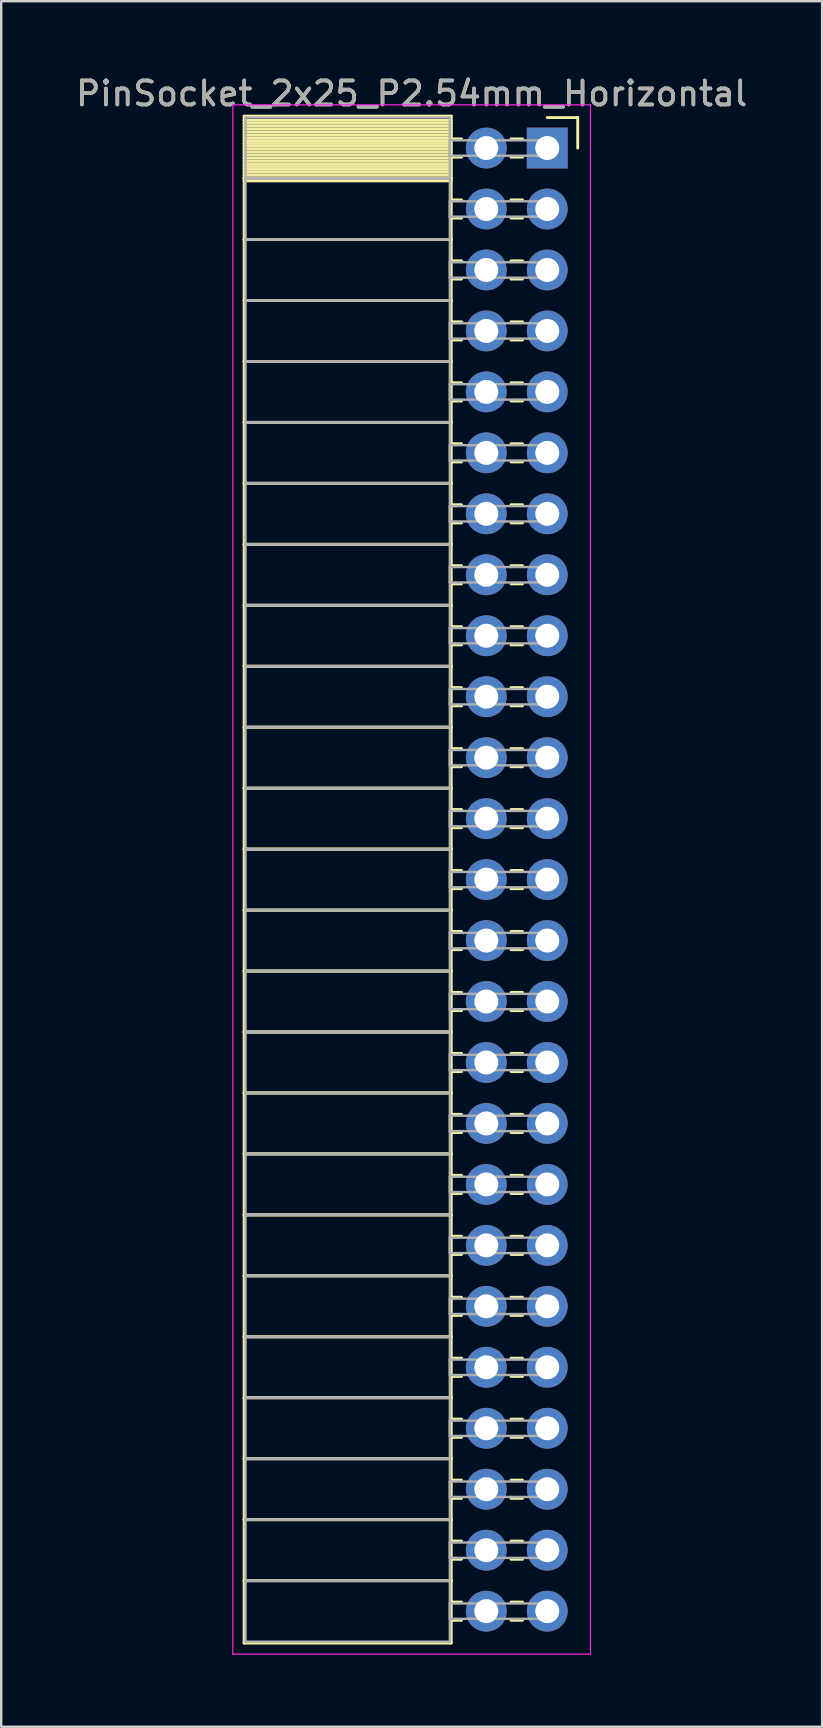
<source format=kicad_pcb>
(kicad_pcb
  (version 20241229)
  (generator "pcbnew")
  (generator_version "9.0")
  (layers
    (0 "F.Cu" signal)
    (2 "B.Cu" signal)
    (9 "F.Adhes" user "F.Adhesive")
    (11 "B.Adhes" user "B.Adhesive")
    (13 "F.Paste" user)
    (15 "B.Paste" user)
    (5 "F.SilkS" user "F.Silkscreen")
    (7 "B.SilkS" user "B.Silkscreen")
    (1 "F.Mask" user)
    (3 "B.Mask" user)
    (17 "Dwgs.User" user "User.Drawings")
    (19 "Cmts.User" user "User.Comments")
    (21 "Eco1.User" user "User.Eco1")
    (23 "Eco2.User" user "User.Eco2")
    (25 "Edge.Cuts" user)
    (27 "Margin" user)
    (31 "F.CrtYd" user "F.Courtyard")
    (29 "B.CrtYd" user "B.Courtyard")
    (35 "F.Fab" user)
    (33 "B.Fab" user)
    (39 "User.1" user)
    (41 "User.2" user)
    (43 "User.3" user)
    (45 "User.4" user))
  (footprint "PinSocket_2x25_P2.54mm_Horizontal"
    (layer "F.Cu")
    (at 19.751 3.118)
    (property "Reference" "PinSocket_2x25_P2.54mm_Horizontal" (at -5.65 -2.27 0) (layer "F.SilkS") (effects (font (size 1 1) (thickness 0.15))))
    (attr through_hole)
    (fp_line (start -12.63 -1.33) (end -4 -1.33) (stroke (width 0.12) (type solid)) (layer "F.SilkS"))
    (fp_line (start -12.63 1.27) (end -12.63 -1.33) (stroke (width 0.12) (type solid)) (layer "F.SilkS"))
    (fp_line (start -12.63 1.27) (end -4 1.27) (stroke (width 0.12) (type solid)) (layer "F.SilkS"))
    (fp_line (start -12.63 3.81) (end -12.63 1.27) (stroke (width 0.12) (type solid)) (layer "F.SilkS"))
    (fp_line (start -12.63 3.81) (end -4 3.81) (stroke (width 0.12) (type solid)) (layer "F.SilkS"))
    (fp_line (start -12.63 6.35) (end -12.63 3.81) (stroke (width 0.12) (type solid)) (layer "F.SilkS"))
    (fp_line (start -12.63 6.35) (end -4 6.35) (stroke (width 0.12) (type solid)) (layer "F.SilkS"))
    (fp_line (start -12.63 8.89) (end -12.63 6.35) (stroke (width 0.12) (type solid)) (layer "F.SilkS"))
    (fp_line (start -12.63 8.89) (end -4 8.89) (stroke (width 0.12) (type solid)) (layer "F.SilkS"))
    (fp_line (start -12.63 11.43) (end -12.63 8.89) (stroke (width 0.12) (type solid)) (layer "F.SilkS"))
    (fp_line (start -12.63 11.43) (end -4 11.43) (stroke (width 0.12) (type solid)) (layer "F.SilkS"))
    (fp_line (start -12.63 13.97) (end -12.63 11.43) (stroke (width 0.12) (type solid)) (layer "F.SilkS"))
    (fp_line (start -12.63 13.97) (end -4 13.97) (stroke (width 0.12) (type solid)) (layer "F.SilkS"))
    (fp_line (start -12.63 16.51) (end -12.63 13.97) (stroke (width 0.12) (type solid)) (layer "F.SilkS"))
    (fp_line (start -12.63 16.51) (end -4 16.51) (stroke (width 0.12) (type solid)) (layer "F.SilkS"))
    (fp_line (start -12.63 19.05) (end -12.63 16.51) (stroke (width 0.12) (type solid)) (layer "F.SilkS"))
    (fp_line (start -12.63 19.05) (end -4 19.05) (stroke (width 0.12) (type solid)) (layer "F.SilkS"))
    (fp_line (start -12.63 21.59) (end -12.63 19.05) (stroke (width 0.12) (type solid)) (layer "F.SilkS"))
    (fp_line (start -12.63 21.59) (end -4 21.59) (stroke (width 0.12) (type solid)) (layer "F.SilkS"))
    (fp_line (start -12.63 24.13) (end -12.63 21.59) (stroke (width 0.12) (type solid)) (layer "F.SilkS"))
    (fp_line (start -12.63 24.13) (end -4 24.13) (stroke (width 0.12) (type solid)) (layer "F.SilkS"))
    (fp_line (start -12.63 26.67) (end -12.63 24.13) (stroke (width 0.12) (type solid)) (layer "F.SilkS"))
    (fp_line (start -12.63 26.67) (end -4 26.67) (stroke (width 0.12) (type solid)) (layer "F.SilkS"))
    (fp_line (start -12.63 29.21) (end -12.63 26.67) (stroke (width 0.12) (type solid)) (layer "F.SilkS"))
    (fp_line (start -12.63 29.21) (end -4 29.21) (stroke (width 0.12) (type solid)) (layer "F.SilkS"))
    (fp_line (start -12.63 31.75) (end -12.63 29.21) (stroke (width 0.12) (type solid)) (layer "F.SilkS"))
    (fp_line (start -12.63 31.75) (end -4 31.75) (stroke (width 0.12) (type solid)) (layer "F.SilkS"))
    (fp_line (start -12.63 34.29) (end -12.63 31.75) (stroke (width 0.12) (type solid)) (layer "F.SilkS"))
    (fp_line (start -12.63 34.29) (end -4 34.29) (stroke (width 0.12) (type solid)) (layer "F.SilkS"))
    (fp_line (start -12.63 36.83) (end -12.63 34.29) (stroke (width 0.12) (type solid)) (layer "F.SilkS"))
    (fp_line (start -12.63 36.83) (end -4 36.83) (stroke (width 0.12) (type solid)) (layer "F.SilkS"))
    (fp_line (start -12.63 39.37) (end -12.63 36.83) (stroke (width 0.12) (type solid)) (layer "F.SilkS"))
    (fp_line (start -12.63 39.37) (end -4 39.37) (stroke (width 0.12) (type solid)) (layer "F.SilkS"))
    (fp_line (start -12.63 41.91) (end -12.63 39.37) (stroke (width 0.12) (type solid)) (layer "F.SilkS"))
    (fp_line (start -12.63 41.91) (end -4 41.91) (stroke (width 0.12) (type solid)) (layer "F.SilkS"))
    (fp_line (start -12.63 44.45) (end -12.63 41.91) (stroke (width 0.12) (type solid)) (layer "F.SilkS"))
    (fp_line (start -12.63 44.45) (end -4 44.45) (stroke (width 0.12) (type solid)) (layer "F.SilkS"))
    (fp_line (start -12.63 46.99) (end -12.63 44.45) (stroke (width 0.12) (type solid)) (layer "F.SilkS"))
    (fp_line (start -12.63 46.99) (end -4 46.99) (stroke (width 0.12) (type solid)) (layer "F.SilkS"))
    (fp_line (start -12.63 49.53) (end -12.63 46.99) (stroke (width 0.12) (type solid)) (layer "F.SilkS"))
    (fp_line (start -12.63 49.53) (end -4 49.53) (stroke (width 0.12) (type solid)) (layer "F.SilkS"))
    (fp_line (start -12.63 52.07) (end -12.63 49.53) (stroke (width 0.12) (type solid)) (layer "F.SilkS"))
    (fp_line (start -12.63 52.07) (end -4 52.07) (stroke (width 0.12) (type solid)) (layer "F.SilkS"))
    (fp_line (start -12.63 54.61) (end -12.63 52.07) (stroke (width 0.12) (type solid)) (layer "F.SilkS"))
    (fp_line (start -12.63 54.61) (end -4 54.61) (stroke (width 0.12) (type solid)) (layer "F.SilkS"))
    (fp_line (start -12.63 57.15) (end -12.63 54.61) (stroke (width 0.12) (type solid)) (layer "F.SilkS"))
    (fp_line (start -12.63 57.15) (end -4 57.15) (stroke (width 0.12) (type solid)) (layer "F.SilkS"))
    (fp_line (start -12.63 59.69) (end -12.63 57.15) (stroke (width 0.12) (type solid)) (layer "F.SilkS"))
    (fp_line (start -12.63 59.69) (end -4 59.69) (stroke (width 0.12) (type solid)) (layer "F.SilkS"))
    (fp_line (start -12.63 62.29) (end -12.63 59.69) (stroke (width 0.12) (type solid)) (layer "F.SilkS"))
    (fp_line (start -4 -1.33) (end -4 1.27) (stroke (width 0.12) (type solid)) (layer "F.SilkS"))
    (fp_line (start -4 -1.15) (end -12.63 -1.15) (stroke (width 0.12) (type solid)) (layer "F.SilkS"))
    (fp_line (start -4 -1.03) (end -12.63 -1.03) (stroke (width 0.12) (type solid)) (layer "F.SilkS"))
    (fp_line (start -4 -0.91) (end -12.63 -0.91) (stroke (width 0.12) (type solid)) (layer "F.SilkS"))
    (fp_line (start -4 -0.79) (end -12.63 -0.79) (stroke (width 0.12) (type solid)) (layer "F.SilkS"))
    (fp_line (start -4 -0.67) (end -12.63 -0.67) (stroke (width 0.12) (type solid)) (layer "F.SilkS"))
    (fp_line (start -4 -0.55) (end -12.63 -0.55) (stroke (width 0.12) (type solid)) (layer "F.SilkS"))
    (fp_line (start -4 -0.43) (end -12.63 -0.43) (stroke (width 0.12) (type solid)) (layer "F.SilkS"))
    (fp_line (start -4 -0.31) (end -12.63 -0.31) (stroke (width 0.12) (type solid)) (layer "F.SilkS"))
    (fp_line (start -4 -0.19) (end -12.63 -0.19) (stroke (width 0.12) (type solid)) (layer "F.SilkS"))
    (fp_line (start -4 -0.07) (end -12.63 -0.07) (stroke (width 0.12) (type solid)) (layer "F.SilkS"))
    (fp_line (start -4 0.05) (end -12.63 0.05) (stroke (width 0.12) (type solid)) (layer "F.SilkS"))
    (fp_line (start -4 0.17) (end -12.63 0.17) (stroke (width 0.12) (type solid)) (layer "F.SilkS"))
    (fp_line (start -4 0.29) (end -12.63 0.29) (stroke (width 0.12) (type solid)) (layer "F.SilkS"))
    (fp_line (start -4 0.41) (end -12.63 0.41) (stroke (width 0.12) (type solid)) (layer "F.SilkS"))
    (fp_line (start -4 0.53) (end -12.63 0.53) (stroke (width 0.12) (type solid)) (layer "F.SilkS"))
    (fp_line (start -4 0.65) (end -12.63 0.65) (stroke (width 0.12) (type solid)) (layer "F.SilkS"))
    (fp_line (start -4 0.77) (end -12.63 0.77) (stroke (width 0.12) (type solid)) (layer "F.SilkS"))
    (fp_line (start -4 0.89) (end -12.63 0.89) (stroke (width 0.12) (type solid)) (layer "F.SilkS"))
    (fp_line (start -4 1.01) (end -12.63 1.01) (stroke (width 0.12) (type solid)) (layer "F.SilkS"))
    (fp_line (start -4 1.13) (end -12.63 1.13) (stroke (width 0.12) (type solid)) (layer "F.SilkS"))
    (fp_line (start -4 1.25) (end -12.63 1.25) (stroke (width 0.12) (type solid)) (layer "F.SilkS"))
    (fp_line (start -4 1.27) (end -12.63 1.27) (stroke (width 0.12) (type solid)) (layer "F.SilkS"))
    (fp_line (start -4 1.27) (end -4 3.81) (stroke (width 0.12) (type solid)) (layer "F.SilkS"))
    (fp_line (start -4 1.37) (end -12.63 1.37) (stroke (width 0.12) (type solid)) (layer "F.SilkS"))
    (fp_line (start -4 3.81) (end -12.63 3.81) (stroke (width 0.12) (type solid)) (layer "F.SilkS"))
    (fp_line (start -4 3.81) (end -4 6.35) (stroke (width 0.12) (type solid)) (layer "F.SilkS"))
    (fp_line (start -4 6.35) (end -12.63 6.35) (stroke (width 0.12) (type solid)) (layer "F.SilkS"))
    (fp_line (start -4 6.35) (end -4 8.89) (stroke (width 0.12) (type solid)) (layer "F.SilkS"))
    (fp_line (start -4 8.89) (end -12.63 8.89) (stroke (width 0.12) (type solid)) (layer "F.SilkS"))
    (fp_line (start -4 8.89) (end -4 11.43) (stroke (width 0.12) (type solid)) (layer "F.SilkS"))
    (fp_line (start -4 11.43) (end -12.63 11.43) (stroke (width 0.12) (type solid)) (layer "F.SilkS"))
    (fp_line (start -4 11.43) (end -4 13.97) (stroke (width 0.12) (type solid)) (layer "F.SilkS"))
    (fp_line (start -4 13.97) (end -12.63 13.97) (stroke (width 0.12) (type solid)) (layer "F.SilkS"))
    (fp_line (start -4 13.97) (end -4 16.51) (stroke (width 0.12) (type solid)) (layer "F.SilkS"))
    (fp_line (start -4 16.51) (end -12.63 16.51) (stroke (width 0.12) (type solid)) (layer "F.SilkS"))
    (fp_line (start -4 16.51) (end -4 19.05) (stroke (width 0.12) (type solid)) (layer "F.SilkS"))
    (fp_line (start -4 19.05) (end -12.63 19.05) (stroke (width 0.12) (type solid)) (layer "F.SilkS"))
    (fp_line (start -4 19.05) (end -4 21.59) (stroke (width 0.12) (type solid)) (layer "F.SilkS"))
    (fp_line (start -4 21.59) (end -12.63 21.59) (stroke (width 0.12) (type solid)) (layer "F.SilkS"))
    (fp_line (start -4 21.59) (end -4 24.13) (stroke (width 0.12) (type solid)) (layer "F.SilkS"))
    (fp_line (start -4 24.13) (end -12.63 24.13) (stroke (width 0.12) (type solid)) (layer "F.SilkS"))
    (fp_line (start -4 24.13) (end -4 26.67) (stroke (width 0.12) (type solid)) (layer "F.SilkS"))
    (fp_line (start -4 26.67) (end -12.63 26.67) (stroke (width 0.12) (type solid)) (layer "F.SilkS"))
    (fp_line (start -4 26.67) (end -4 29.21) (stroke (width 0.12) (type solid)) (layer "F.SilkS"))
    (fp_line (start -4 29.21) (end -12.63 29.21) (stroke (width 0.12) (type solid)) (layer "F.SilkS"))
    (fp_line (start -4 29.21) (end -4 31.75) (stroke (width 0.12) (type solid)) (layer "F.SilkS"))
    (fp_line (start -4 31.75) (end -12.63 31.75) (stroke (width 0.12) (type solid)) (layer "F.SilkS"))
    (fp_line (start -4 31.75) (end -4 34.29) (stroke (width 0.12) (type solid)) (layer "F.SilkS"))
    (fp_line (start -4 34.29) (end -12.63 34.29) (stroke (width 0.12) (type solid)) (layer "F.SilkS"))
    (fp_line (start -4 34.29) (end -4 36.83) (stroke (width 0.12) (type solid)) (layer "F.SilkS"))
    (fp_line (start -4 36.83) (end -12.63 36.83) (stroke (width 0.12) (type solid)) (layer "F.SilkS"))
    (fp_line (start -4 36.83) (end -4 39.37) (stroke (width 0.12) (type solid)) (layer "F.SilkS"))
    (fp_line (start -4 39.37) (end -12.63 39.37) (stroke (width 0.12) (type solid)) (layer "F.SilkS"))
    (fp_line (start -4 39.37) (end -4 41.91) (stroke (width 0.12) (type solid)) (layer "F.SilkS"))
    (fp_line (start -4 41.91) (end -12.63 41.91) (stroke (width 0.12) (type solid)) (layer "F.SilkS"))
    (fp_line (start -4 41.91) (end -4 44.45) (stroke (width 0.12) (type solid)) (layer "F.SilkS"))
    (fp_line (start -4 44.45) (end -12.63 44.45) (stroke (width 0.12) (type solid)) (layer "F.SilkS"))
    (fp_line (start -4 44.45) (end -4 46.99) (stroke (width 0.12) (type solid)) (layer "F.SilkS"))
    (fp_line (start -4 46.99) (end -12.63 46.99) (stroke (width 0.12) (type solid)) (layer "F.SilkS"))
    (fp_line (start -4 46.99) (end -4 49.53) (stroke (width 0.12) (type solid)) (layer "F.SilkS"))
    (fp_line (start -4 49.53) (end -12.63 49.53) (stroke (width 0.12) (type solid)) (layer "F.SilkS"))
    (fp_line (start -4 49.53) (end -4 52.07) (stroke (width 0.12) (type solid)) (layer "F.SilkS"))
    (fp_line (start -4 52.07) (end -12.63 52.07) (stroke (width 0.12) (type solid)) (layer "F.SilkS"))
    (fp_line (start -4 52.07) (end -4 54.61) (stroke (width 0.12) (type solid)) (layer "F.SilkS"))
    (fp_line (start -4 54.61) (end -12.63 54.61) (stroke (width 0.12) (type solid)) (layer "F.SilkS"))
    (fp_line (start -4 54.61) (end -4 57.15) (stroke (width 0.12) (type solid)) (layer "F.SilkS"))
    (fp_line (start -4 57.15) (end -12.63 57.15) (stroke (width 0.12) (type solid)) (layer "F.SilkS"))
    (fp_line (start -4 57.15) (end -4 59.69) (stroke (width 0.12) (type solid)) (layer "F.SilkS"))
    (fp_line (start -4 59.69) (end -12.63 59.69) (stroke (width 0.12) (type solid)) (layer "F.SilkS"))
    (fp_line (start -4 59.69) (end -4 62.29) (stroke (width 0.12) (type solid)) (layer "F.SilkS"))
    (fp_line (start -4 62.29) (end -12.63 62.29) (stroke (width 0.12) (type solid)) (layer "F.SilkS"))
    (fp_line (start -3.57 -0.38) (end -4 -0.38) (stroke (width 0.12) (type solid)) (layer "F.SilkS"))
    (fp_line (start -3.57 0.38) (end -4 0.38) (stroke (width 0.12) (type solid)) (layer "F.SilkS"))
    (fp_line (start -3.57 2.16) (end -4 2.16) (stroke (width 0.12) (type solid)) (layer "F.SilkS"))
    (fp_line (start -3.57 2.92) (end -4 2.92) (stroke (width 0.12) (type solid)) (layer "F.SilkS"))
    (fp_line (start -3.57 4.7) (end -4 4.7) (stroke (width 0.12) (type solid)) (layer "F.SilkS"))
    (fp_line (start -3.57 5.46) (end -4 5.46) (stroke (width 0.12) (type solid)) (layer "F.SilkS"))
    (fp_line (start -3.57 7.24) (end -4 7.24) (stroke (width 0.12) (type solid)) (layer "F.SilkS"))
    (fp_line (start -3.57 8) (end -4 8) (stroke (width 0.12) (type solid)) (layer "F.SilkS"))
    (fp_line (start -3.57 9.78) (end -4 9.78) (stroke (width 0.12) (type solid)) (layer "F.SilkS"))
    (fp_line (start -3.57 10.54) (end -4 10.54) (stroke (width 0.12) (type solid)) (layer "F.SilkS"))
    (fp_line (start -3.57 12.32) (end -4 12.32) (stroke (width 0.12) (type solid)) (layer "F.SilkS"))
    (fp_line (start -3.57 13.08) (end -4 13.08) (stroke (width 0.12) (type solid)) (layer "F.SilkS"))
    (fp_line (start -3.57 14.86) (end -4 14.86) (stroke (width 0.12) (type solid)) (layer "F.SilkS"))
    (fp_line (start -3.57 15.62) (end -4 15.62) (stroke (width 0.12) (type solid)) (layer "F.SilkS"))
    (fp_line (start -3.57 17.4) (end -4 17.4) (stroke (width 0.12) (type solid)) (layer "F.SilkS"))
    (fp_line (start -3.57 18.16) (end -4 18.16) (stroke (width 0.12) (type solid)) (layer "F.SilkS"))
    (fp_line (start -3.57 19.94) (end -4 19.94) (stroke (width 0.12) (type solid)) (layer "F.SilkS"))
    (fp_line (start -3.57 20.7) (end -4 20.7) (stroke (width 0.12) (type solid)) (layer "F.SilkS"))
    (fp_line (start -3.57 22.48) (end -4 22.48) (stroke (width 0.12) (type solid)) (layer "F.SilkS"))
    (fp_line (start -3.57 23.24) (end -4 23.24) (stroke (width 0.12) (type solid)) (layer "F.SilkS"))
    (fp_line (start -3.57 25.02) (end -4 25.02) (stroke (width 0.12) (type solid)) (layer "F.SilkS"))
    (fp_line (start -3.57 25.78) (end -4 25.78) (stroke (width 0.12) (type solid)) (layer "F.SilkS"))
    (fp_line (start -3.57 27.56) (end -4 27.56) (stroke (width 0.12) (type solid)) (layer "F.SilkS"))
    (fp_line (start -3.57 28.32) (end -4 28.32) (stroke (width 0.12) (type solid)) (layer "F.SilkS"))
    (fp_line (start -3.57 30.1) (end -4 30.1) (stroke (width 0.12) (type solid)) (layer "F.SilkS"))
    (fp_line (start -3.57 30.86) (end -4 30.86) (stroke (width 0.12) (type solid)) (layer "F.SilkS"))
    (fp_line (start -3.57 32.64) (end -4 32.64) (stroke (width 0.12) (type solid)) (layer "F.SilkS"))
    (fp_line (start -3.57 33.4) (end -4 33.4) (stroke (width 0.12) (type solid)) (layer "F.SilkS"))
    (fp_line (start -3.57 35.18) (end -4 35.18) (stroke (width 0.12) (type solid)) (layer "F.SilkS"))
    (fp_line (start -3.57 35.94) (end -4 35.94) (stroke (width 0.12) (type solid)) (layer "F.SilkS"))
    (fp_line (start -3.57 37.72) (end -4 37.72) (stroke (width 0.12) (type solid)) (layer "F.SilkS"))
    (fp_line (start -3.57 38.48) (end -4 38.48) (stroke (width 0.12) (type solid)) (layer "F.SilkS"))
    (fp_line (start -3.57 40.26) (end -4 40.26) (stroke (width 0.12) (type solid)) (layer "F.SilkS"))
    (fp_line (start -3.57 41.02) (end -4 41.02) (stroke (width 0.12) (type solid)) (layer "F.SilkS"))
    (fp_line (start -3.57 42.8) (end -4 42.8) (stroke (width 0.12) (type solid)) (layer "F.SilkS"))
    (fp_line (start -3.57 43.56) (end -4 43.56) (stroke (width 0.12) (type solid)) (layer "F.SilkS"))
    (fp_line (start -3.57 45.34) (end -4 45.34) (stroke (width 0.12) (type solid)) (layer "F.SilkS"))
    (fp_line (start -3.57 46.1) (end -4 46.1) (stroke (width 0.12) (type solid)) (layer "F.SilkS"))
    (fp_line (start -3.57 47.88) (end -4 47.88) (stroke (width 0.12) (type solid)) (layer "F.SilkS"))
    (fp_line (start -3.57 48.64) (end -4 48.64) (stroke (width 0.12) (type solid)) (layer "F.SilkS"))
    (fp_line (start -3.57 50.42) (end -4 50.42) (stroke (width 0.12) (type solid)) (layer "F.SilkS"))
    (fp_line (start -3.57 51.18) (end -4 51.18) (stroke (width 0.12) (type solid)) (layer "F.SilkS"))
    (fp_line (start -3.57 52.96) (end -4 52.96) (stroke (width 0.12) (type solid)) (layer "F.SilkS"))
    (fp_line (start -3.57 53.72) (end -4 53.72) (stroke (width 0.12) (type solid)) (layer "F.SilkS"))
    (fp_line (start -3.57 55.5) (end -4 55.5) (stroke (width 0.12) (type solid)) (layer "F.SilkS"))
    (fp_line (start -3.57 56.26) (end -4 56.26) (stroke (width 0.12) (type solid)) (layer "F.SilkS"))
    (fp_line (start -3.57 58.04) (end -4 58.04) (stroke (width 0.12) (type solid)) (layer "F.SilkS"))
    (fp_line (start -3.57 58.8) (end -4 58.8) (stroke (width 0.12) (type solid)) (layer "F.SilkS"))
    (fp_line (start -3.57 60.58) (end -4 60.58) (stroke (width 0.12) (type solid)) (layer "F.SilkS"))
    (fp_line (start -3.57 61.34) (end -4 61.34) (stroke (width 0.12) (type solid)) (layer "F.SilkS"))
    (fp_line (start -1.03 -0.38) (end -1.51 -0.38) (stroke (width 0.12) (type solid)) (layer "F.SilkS"))
    (fp_line (start -1.03 0.38) (end -1.51 0.38) (stroke (width 0.12) (type solid)) (layer "F.SilkS"))
    (fp_line (start -1.03 2.16) (end -1.51 2.16) (stroke (width 0.12) (type solid)) (layer "F.SilkS"))
    (fp_line (start -1.03 2.92) (end -1.51 2.92) (stroke (width 0.12) (type solid)) (layer "F.SilkS"))
    (fp_line (start -1.03 4.7) (end -1.51 4.7) (stroke (width 0.12) (type solid)) (layer "F.SilkS"))
    (fp_line (start -1.03 5.46) (end -1.51 5.46) (stroke (width 0.12) (type solid)) (layer "F.SilkS"))
    (fp_line (start -1.03 7.24) (end -1.51 7.24) (stroke (width 0.12) (type solid)) (layer "F.SilkS"))
    (fp_line (start -1.03 8) (end -1.51 8) (stroke (width 0.12) (type solid)) (layer "F.SilkS"))
    (fp_line (start -1.03 9.78) (end -1.51 9.78) (stroke (width 0.12) (type solid)) (layer "F.SilkS"))
    (fp_line (start -1.03 10.54) (end -1.51 10.54) (stroke (width 0.12) (type solid)) (layer "F.SilkS"))
    (fp_line (start -1.03 12.32) (end -1.51 12.32) (stroke (width 0.12) (type solid)) (layer "F.SilkS"))
    (fp_line (start -1.03 13.08) (end -1.51 13.08) (stroke (width 0.12) (type solid)) (layer "F.SilkS"))
    (fp_line (start -1.03 14.86) (end -1.51 14.86) (stroke (width 0.12) (type solid)) (layer "F.SilkS"))
    (fp_line (start -1.03 15.62) (end -1.51 15.62) (stroke (width 0.12) (type solid)) (layer "F.SilkS"))
    (fp_line (start -1.03 17.4) (end -1.51 17.4) (stroke (width 0.12) (type solid)) (layer "F.SilkS"))
    (fp_line (start -1.03 18.16) (end -1.51 18.16) (stroke (width 0.12) (type solid)) (layer "F.SilkS"))
    (fp_line (start -1.03 19.94) (end -1.51 19.94) (stroke (width 0.12) (type solid)) (layer "F.SilkS"))
    (fp_line (start -1.03 20.7) (end -1.51 20.7) (stroke (width 0.12) (type solid)) (layer "F.SilkS"))
    (fp_line (start -1.03 22.48) (end -1.51 22.48) (stroke (width 0.12) (type solid)) (layer "F.SilkS"))
    (fp_line (start -1.03 23.24) (end -1.51 23.24) (stroke (width 0.12) (type solid)) (layer "F.SilkS"))
    (fp_line (start -1.03 25.02) (end -1.51 25.02) (stroke (width 0.12) (type solid)) (layer "F.SilkS"))
    (fp_line (start -1.03 25.78) (end -1.51 25.78) (stroke (width 0.12) (type solid)) (layer "F.SilkS"))
    (fp_line (start -1.03 27.56) (end -1.51 27.56) (stroke (width 0.12) (type solid)) (layer "F.SilkS"))
    (fp_line (start -1.03 28.32) (end -1.51 28.32) (stroke (width 0.12) (type solid)) (layer "F.SilkS"))
    (fp_line (start -1.03 30.1) (end -1.51 30.1) (stroke (width 0.12) (type solid)) (layer "F.SilkS"))
    (fp_line (start -1.03 30.86) (end -1.51 30.86) (stroke (width 0.12) (type solid)) (layer "F.SilkS"))
    (fp_line (start -1.03 32.64) (end -1.51 32.64) (stroke (width 0.12) (type solid)) (layer "F.SilkS"))
    (fp_line (start -1.03 33.4) (end -1.51 33.4) (stroke (width 0.12) (type solid)) (layer "F.SilkS"))
    (fp_line (start -1.03 35.18) (end -1.51 35.18) (stroke (width 0.12) (type solid)) (layer "F.SilkS"))
    (fp_line (start -1.03 35.94) (end -1.51 35.94) (stroke (width 0.12) (type solid)) (layer "F.SilkS"))
    (fp_line (start -1.03 37.72) (end -1.51 37.72) (stroke (width 0.12) (type solid)) (layer "F.SilkS"))
    (fp_line (start -1.03 38.48) (end -1.51 38.48) (stroke (width 0.12) (type solid)) (layer "F.SilkS"))
    (fp_line (start -1.03 40.26) (end -1.51 40.26) (stroke (width 0.12) (type solid)) (layer "F.SilkS"))
    (fp_line (start -1.03 41.02) (end -1.51 41.02) (stroke (width 0.12) (type solid)) (layer "F.SilkS"))
    (fp_line (start -1.03 42.8) (end -1.51 42.8) (stroke (width 0.12) (type solid)) (layer "F.SilkS"))
    (fp_line (start -1.03 43.56) (end -1.51 43.56) (stroke (width 0.12) (type solid)) (layer "F.SilkS"))
    (fp_line (start -1.03 45.34) (end -1.51 45.34) (stroke (width 0.12) (type solid)) (layer "F.SilkS"))
    (fp_line (start -1.03 46.1) (end -1.51 46.1) (stroke (width 0.12) (type solid)) (layer "F.SilkS"))
    (fp_line (start -1.03 47.88) (end -1.51 47.88) (stroke (width 0.12) (type solid)) (layer "F.SilkS"))
    (fp_line (start -1.03 48.64) (end -1.51 48.64) (stroke (width 0.12) (type solid)) (layer "F.SilkS"))
    (fp_line (start -1.03 50.42) (end -1.51 50.42) (stroke (width 0.12) (type solid)) (layer "F.SilkS"))
    (fp_line (start -1.03 51.18) (end -1.51 51.18) (stroke (width 0.12) (type solid)) (layer "F.SilkS"))
    (fp_line (start -1.03 52.96) (end -1.51 52.96) (stroke (width 0.12) (type solid)) (layer "F.SilkS"))
    (fp_line (start -1.03 53.72) (end -1.51 53.72) (stroke (width 0.12) (type solid)) (layer "F.SilkS"))
    (fp_line (start -1.03 55.5) (end -1.51 55.5) (stroke (width 0.12) (type solid)) (layer "F.SilkS"))
    (fp_line (start -1.03 56.26) (end -1.51 56.26) (stroke (width 0.12) (type solid)) (layer "F.SilkS"))
    (fp_line (start -1.03 58.04) (end -1.51 58.04) (stroke (width 0.12) (type solid)) (layer "F.SilkS"))
    (fp_line (start -1.03 58.8) (end -1.51 58.8) (stroke (width 0.12) (type solid)) (layer "F.SilkS"))
    (fp_line (start -1.03 60.58) (end -1.51 60.58) (stroke (width 0.12) (type solid)) (layer "F.SilkS"))
    (fp_line (start -1.03 61.34) (end -1.51 61.34) (stroke (width 0.12) (type solid)) (layer "F.SilkS"))
    (fp_line (start 0 -1.27) (end 1.27 -1.27) (stroke (width 0.12) (type solid)) (layer "F.SilkS"))
    (fp_line (start 1.27 -1.27) (end 1.27 0) (stroke (width 0.12) (type solid)) (layer "F.SilkS"))
    (fp_line (start -13.1 -1.8) (end 1.8 -1.8) (stroke (width 0.05) (type solid)) (layer "F.CrtYd"))
    (fp_line (start -13.1 62.75) (end -13.1 -1.8) (stroke (width 0.05) (type solid)) (layer "F.CrtYd"))
    (fp_line (start 1.8 -1.8) (end 1.8 62.75) (stroke (width 0.05) (type solid)) (layer "F.CrtYd"))
    (fp_line (start 1.8 62.75) (end -13.1 62.75) (stroke (width 0.05) (type solid)) (layer "F.CrtYd"))
    (fp_line (start -12.57 -1.27) (end -4.06 -1.27) (stroke (width 0.1) (type solid)) (layer "F.Fab"))
    (fp_line (start -12.57 1.27) (end -12.57 -1.27) (stroke (width 0.1) (type solid)) (layer "F.Fab"))
    (fp_line (start -12.57 1.27) (end -4.06 1.27) (stroke (width 0.1) (type solid)) (layer "F.Fab"))
    (fp_line (start -12.57 3.81) (end -12.57 1.27) (stroke (width 0.1) (type solid)) (layer "F.Fab"))
    (fp_line (start -12.57 3.81) (end -4.06 3.81) (stroke (width 0.1) (type solid)) (layer "F.Fab"))
    (fp_line (start -12.57 6.35) (end -12.57 3.81) (stroke (width 0.1) (type solid)) (layer "F.Fab"))
    (fp_line (start -12.57 6.35) (end -4.06 6.35) (stroke (width 0.1) (type solid)) (layer "F.Fab"))
    (fp_line (start -12.57 8.89) (end -12.57 6.35) (stroke (width 0.1) (type solid)) (layer "F.Fab"))
    (fp_line (start -12.57 8.89) (end -4.06 8.89) (stroke (width 0.1) (type solid)) (layer "F.Fab"))
    (fp_line (start -12.57 11.43) (end -12.57 8.89) (stroke (width 0.1) (type solid)) (layer "F.Fab"))
    (fp_line (start -12.57 11.43) (end -4.06 11.43) (stroke (width 0.1) (type solid)) (layer "F.Fab"))
    (fp_line (start -12.57 13.97) (end -12.57 11.43) (stroke (width 0.1) (type solid)) (layer "F.Fab"))
    (fp_line (start -12.57 13.97) (end -4.06 13.97) (stroke (width 0.1) (type solid)) (layer "F.Fab"))
    (fp_line (start -12.57 16.51) (end -12.57 13.97) (stroke (width 0.1) (type solid)) (layer "F.Fab"))
    (fp_line (start -12.57 16.51) (end -4.06 16.51) (stroke (width 0.1) (type solid)) (layer "F.Fab"))
    (fp_line (start -12.57 19.05) (end -12.57 16.51) (stroke (width 0.1) (type solid)) (layer "F.Fab"))
    (fp_line (start -12.57 19.05) (end -4.06 19.05) (stroke (width 0.1) (type solid)) (layer "F.Fab"))
    (fp_line (start -12.57 21.59) (end -12.57 19.05) (stroke (width 0.1) (type solid)) (layer "F.Fab"))
    (fp_line (start -12.57 21.59) (end -4.06 21.59) (stroke (width 0.1) (type solid)) (layer "F.Fab"))
    (fp_line (start -12.57 24.13) (end -12.57 21.59) (stroke (width 0.1) (type solid)) (layer "F.Fab"))
    (fp_line (start -12.57 24.13) (end -4.06 24.13) (stroke (width 0.1) (type solid)) (layer "F.Fab"))
    (fp_line (start -12.57 26.67) (end -12.57 24.13) (stroke (width 0.1) (type solid)) (layer "F.Fab"))
    (fp_line (start -12.57 26.67) (end -4.06 26.67) (stroke (width 0.1) (type solid)) (layer "F.Fab"))
    (fp_line (start -12.57 29.21) (end -12.57 26.67) (stroke (width 0.1) (type solid)) (layer "F.Fab"))
    (fp_line (start -12.57 29.21) (end -4.06 29.21) (stroke (width 0.1) (type solid)) (layer "F.Fab"))
    (fp_line (start -12.57 31.75) (end -12.57 29.21) (stroke (width 0.1) (type solid)) (layer "F.Fab"))
    (fp_line (start -12.57 31.75) (end -4.06 31.75) (stroke (width 0.1) (type solid)) (layer "F.Fab"))
    (fp_line (start -12.57 34.29) (end -12.57 31.75) (stroke (width 0.1) (type solid)) (layer "F.Fab"))
    (fp_line (start -12.57 34.29) (end -4.06 34.29) (stroke (width 0.1) (type solid)) (layer "F.Fab"))
    (fp_line (start -12.57 36.83) (end -12.57 34.29) (stroke (width 0.1) (type solid)) (layer "F.Fab"))
    (fp_line (start -12.57 36.83) (end -4.06 36.83) (stroke (width 0.1) (type solid)) (layer "F.Fab"))
    (fp_line (start -12.57 39.37) (end -12.57 36.83) (stroke (width 0.1) (type solid)) (layer "F.Fab"))
    (fp_line (start -12.57 39.37) (end -4.06 39.37) (stroke (width 0.1) (type solid)) (layer "F.Fab"))
    (fp_line (start -12.57 41.91) (end -12.57 39.37) (stroke (width 0.1) (type solid)) (layer "F.Fab"))
    (fp_line (start -12.57 41.91) (end -4.06 41.91) (stroke (width 0.1) (type solid)) (layer "F.Fab"))
    (fp_line (start -12.57 44.45) (end -12.57 41.91) (stroke (width 0.1) (type solid)) (layer "F.Fab"))
    (fp_line (start -12.57 44.45) (end -4.06 44.45) (stroke (width 0.1) (type solid)) (layer "F.Fab"))
    (fp_line (start -12.57 46.99) (end -12.57 44.45) (stroke (width 0.1) (type solid)) (layer "F.Fab"))
    (fp_line (start -12.57 46.99) (end -4.06 46.99) (stroke (width 0.1) (type solid)) (layer "F.Fab"))
    (fp_line (start -12.57 49.53) (end -12.57 46.99) (stroke (width 0.1) (type solid)) (layer "F.Fab"))
    (fp_line (start -12.57 49.53) (end -4.06 49.53) (stroke (width 0.1) (type solid)) (layer "F.Fab"))
    (fp_line (start -12.57 52.07) (end -12.57 49.53) (stroke (width 0.1) (type solid)) (layer "F.Fab"))
    (fp_line (start -12.57 52.07) (end -4.06 52.07) (stroke (width 0.1) (type solid)) (layer "F.Fab"))
    (fp_line (start -12.57 54.61) (end -12.57 52.07) (stroke (width 0.1) (type solid)) (layer "F.Fab"))
    (fp_line (start -12.57 54.61) (end -4.06 54.61) (stroke (width 0.1) (type solid)) (layer "F.Fab"))
    (fp_line (start -12.57 57.15) (end -12.57 54.61) (stroke (width 0.1) (type solid)) (layer "F.Fab"))
    (fp_line (start -12.57 57.15) (end -4.06 57.15) (stroke (width 0.1) (type solid)) (layer "F.Fab"))
    (fp_line (start -12.57 59.69) (end -12.57 57.15) (stroke (width 0.1) (type solid)) (layer "F.Fab"))
    (fp_line (start -12.57 59.69) (end -4.06 59.69) (stroke (width 0.1) (type solid)) (layer "F.Fab"))
    (fp_line (start -12.57 62.23) (end -12.57 59.69) (stroke (width 0.1) (type solid)) (layer "F.Fab"))
    (fp_line (start -4.06 -1.27) (end -4.06 1.27) (stroke (width 0.1) (type solid)) (layer "F.Fab"))
    (fp_line (start -4.06 -0.32) (end 0 -0.32) (stroke (width 0.1) (type solid)) (layer "F.Fab"))
    (fp_line (start -4.06 0.32) (end -4.06 -0.32) (stroke (width 0.1) (type solid)) (layer "F.Fab"))
    (fp_line (start -4.06 1.27) (end -12.57 1.27) (stroke (width 0.1) (type solid)) (layer "F.Fab"))
    (fp_line (start -4.06 1.27) (end -4.06 3.81) (stroke (width 0.1) (type solid)) (layer "F.Fab"))
    (fp_line (start -4.06 2.22) (end 0 2.22) (stroke (width 0.1) (type solid)) (layer "F.Fab"))
    (fp_line (start -4.06 2.86) (end -4.06 2.22) (stroke (width 0.1) (type solid)) (layer "F.Fab"))
    (fp_line (start -4.06 3.81) (end -12.57 3.81) (stroke (width 0.1) (type solid)) (layer "F.Fab"))
    (fp_line (start -4.06 3.81) (end -4.06 6.35) (stroke (width 0.1) (type solid)) (layer "F.Fab"))
    (fp_line (start -4.06 4.76) (end 0 4.76) (stroke (width 0.1) (type solid)) (layer "F.Fab"))
    (fp_line (start -4.06 5.4) (end -4.06 4.76) (stroke (width 0.1) (type solid)) (layer "F.Fab"))
    (fp_line (start -4.06 6.35) (end -12.57 6.35) (stroke (width 0.1) (type solid)) (layer "F.Fab"))
    (fp_line (start -4.06 6.35) (end -4.06 8.89) (stroke (width 0.1) (type solid)) (layer "F.Fab"))
    (fp_line (start -4.06 7.3) (end 0 7.3) (stroke (width 0.1) (type solid)) (layer "F.Fab"))
    (fp_line (start -4.06 7.94) (end -4.06 7.3) (stroke (width 0.1) (type solid)) (layer "F.Fab"))
    (fp_line (start -4.06 8.89) (end -12.57 8.89) (stroke (width 0.1) (type solid)) (layer "F.Fab"))
    (fp_line (start -4.06 8.89) (end -4.06 11.43) (stroke (width 0.1) (type solid)) (layer "F.Fab"))
    (fp_line (start -4.06 9.84) (end 0 9.84) (stroke (width 0.1) (type solid)) (layer "F.Fab"))
    (fp_line (start -4.06 10.48) (end -4.06 9.84) (stroke (width 0.1) (type solid)) (layer "F.Fab"))
    (fp_line (start -4.06 11.43) (end -12.57 11.43) (stroke (width 0.1) (type solid)) (layer "F.Fab"))
    (fp_line (start -4.06 11.43) (end -4.06 13.97) (stroke (width 0.1) (type solid)) (layer "F.Fab"))
    (fp_line (start -4.06 12.38) (end 0 12.38) (stroke (width 0.1) (type solid)) (layer "F.Fab"))
    (fp_line (start -4.06 13.02) (end -4.06 12.38) (stroke (width 0.1) (type solid)) (layer "F.Fab"))
    (fp_line (start -4.06 13.97) (end -12.57 13.97) (stroke (width 0.1) (type solid)) (layer "F.Fab"))
    (fp_line (start -4.06 13.97) (end -4.06 16.51) (stroke (width 0.1) (type solid)) (layer "F.Fab"))
    (fp_line (start -4.06 14.92) (end 0 14.92) (stroke (width 0.1) (type solid)) (layer "F.Fab"))
    (fp_line (start -4.06 15.56) (end -4.06 14.92) (stroke (width 0.1) (type solid)) (layer "F.Fab"))
    (fp_line (start -4.06 16.51) (end -12.57 16.51) (stroke (width 0.1) (type solid)) (layer "F.Fab"))
    (fp_line (start -4.06 16.51) (end -4.06 19.05) (stroke (width 0.1) (type solid)) (layer "F.Fab"))
    (fp_line (start -4.06 17.46) (end 0 17.46) (stroke (width 0.1) (type solid)) (layer "F.Fab"))
    (fp_line (start -4.06 18.1) (end -4.06 17.46) (stroke (width 0.1) (type solid)) (layer "F.Fab"))
    (fp_line (start -4.06 19.05) (end -12.57 19.05) (stroke (width 0.1) (type solid)) (layer "F.Fab"))
    (fp_line (start -4.06 19.05) (end -4.06 21.59) (stroke (width 0.1) (type solid)) (layer "F.Fab"))
    (fp_line (start -4.06 20) (end 0 20) (stroke (width 0.1) (type solid)) (layer "F.Fab"))
    (fp_line (start -4.06 20.64) (end -4.06 20) (stroke (width 0.1) (type solid)) (layer "F.Fab"))
    (fp_line (start -4.06 21.59) (end -12.57 21.59) (stroke (width 0.1) (type solid)) (layer "F.Fab"))
    (fp_line (start -4.06 21.59) (end -4.06 24.13) (stroke (width 0.1) (type solid)) (layer "F.Fab"))
    (fp_line (start -4.06 22.54) (end 0 22.54) (stroke (width 0.1) (type solid)) (layer "F.Fab"))
    (fp_line (start -4.06 23.18) (end -4.06 22.54) (stroke (width 0.1) (type solid)) (layer "F.Fab"))
    (fp_line (start -4.06 24.13) (end -12.57 24.13) (stroke (width 0.1) (type solid)) (layer "F.Fab"))
    (fp_line (start -4.06 24.13) (end -4.06 26.67) (stroke (width 0.1) (type solid)) (layer "F.Fab"))
    (fp_line (start -4.06 25.08) (end 0 25.08) (stroke (width 0.1) (type solid)) (layer "F.Fab"))
    (fp_line (start -4.06 25.72) (end -4.06 25.08) (stroke (width 0.1) (type solid)) (layer "F.Fab"))
    (fp_line (start -4.06 26.67) (end -12.57 26.67) (stroke (width 0.1) (type solid)) (layer "F.Fab"))
    (fp_line (start -4.06 26.67) (end -4.06 29.21) (stroke (width 0.1) (type solid)) (layer "F.Fab"))
    (fp_line (start -4.06 27.62) (end 0 27.62) (stroke (width 0.1) (type solid)) (layer "F.Fab"))
    (fp_line (start -4.06 28.26) (end -4.06 27.62) (stroke (width 0.1) (type solid)) (layer "F.Fab"))
    (fp_line (start -4.06 29.21) (end -12.57 29.21) (stroke (width 0.1) (type solid)) (layer "F.Fab"))
    (fp_line (start -4.06 29.21) (end -4.06 31.75) (stroke (width 0.1) (type solid)) (layer "F.Fab"))
    (fp_line (start -4.06 30.16) (end 0 30.16) (stroke (width 0.1) (type solid)) (layer "F.Fab"))
    (fp_line (start -4.06 30.8) (end -4.06 30.16) (stroke (width 0.1) (type solid)) (layer "F.Fab"))
    (fp_line (start -4.06 31.75) (end -12.57 31.75) (stroke (width 0.1) (type solid)) (layer "F.Fab"))
    (fp_line (start -4.06 31.75) (end -4.06 34.29) (stroke (width 0.1) (type solid)) (layer "F.Fab"))
    (fp_line (start -4.06 32.7) (end 0 32.7) (stroke (width 0.1) (type solid)) (layer "F.Fab"))
    (fp_line (start -4.06 33.34) (end -4.06 32.7) (stroke (width 0.1) (type solid)) (layer "F.Fab"))
    (fp_line (start -4.06 34.29) (end -12.57 34.29) (stroke (width 0.1) (type solid)) (layer "F.Fab"))
    (fp_line (start -4.06 34.29) (end -4.06 36.83) (stroke (width 0.1) (type solid)) (layer "F.Fab"))
    (fp_line (start -4.06 35.24) (end 0 35.24) (stroke (width 0.1) (type solid)) (layer "F.Fab"))
    (fp_line (start -4.06 35.88) (end -4.06 35.24) (stroke (width 0.1) (type solid)) (layer "F.Fab"))
    (fp_line (start -4.06 36.83) (end -12.57 36.83) (stroke (width 0.1) (type solid)) (layer "F.Fab"))
    (fp_line (start -4.06 36.83) (end -4.06 39.37) (stroke (width 0.1) (type solid)) (layer "F.Fab"))
    (fp_line (start -4.06 37.78) (end 0 37.78) (stroke (width 0.1) (type solid)) (layer "F.Fab"))
    (fp_line (start -4.06 38.42) (end -4.06 37.78) (stroke (width 0.1) (type solid)) (layer "F.Fab"))
    (fp_line (start -4.06 39.37) (end -12.57 39.37) (stroke (width 0.1) (type solid)) (layer "F.Fab"))
    (fp_line (start -4.06 39.37) (end -4.06 41.91) (stroke (width 0.1) (type solid)) (layer "F.Fab"))
    (fp_line (start -4.06 40.32) (end 0 40.32) (stroke (width 0.1) (type solid)) (layer "F.Fab"))
    (fp_line (start -4.06 40.96) (end -4.06 40.32) (stroke (width 0.1) (type solid)) (layer "F.Fab"))
    (fp_line (start -4.06 41.91) (end -12.57 41.91) (stroke (width 0.1) (type solid)) (layer "F.Fab"))
    (fp_line (start -4.06 41.91) (end -4.06 44.45) (stroke (width 0.1) (type solid)) (layer "F.Fab"))
    (fp_line (start -4.06 42.86) (end 0 42.86) (stroke (width 0.1) (type solid)) (layer "F.Fab"))
    (fp_line (start -4.06 43.5) (end -4.06 42.86) (stroke (width 0.1) (type solid)) (layer "F.Fab"))
    (fp_line (start -4.06 44.45) (end -12.57 44.45) (stroke (width 0.1) (type solid)) (layer "F.Fab"))
    (fp_line (start -4.06 44.45) (end -4.06 46.99) (stroke (width 0.1) (type solid)) (layer "F.Fab"))
    (fp_line (start -4.06 45.4) (end 0 45.4) (stroke (width 0.1) (type solid)) (layer "F.Fab"))
    (fp_line (start -4.06 46.04) (end -4.06 45.4) (stroke (width 0.1) (type solid)) (layer "F.Fab"))
    (fp_line (start -4.06 46.99) (end -12.57 46.99) (stroke (width 0.1) (type solid)) (layer "F.Fab"))
    (fp_line (start -4.06 46.99) (end -4.06 49.53) (stroke (width 0.1) (type solid)) (layer "F.Fab"))
    (fp_line (start -4.06 47.94) (end 0 47.94) (stroke (width 0.1) (type solid)) (layer "F.Fab"))
    (fp_line (start -4.06 48.58) (end -4.06 47.94) (stroke (width 0.1) (type solid)) (layer "F.Fab"))
    (fp_line (start -4.06 49.53) (end -12.57 49.53) (stroke (width 0.1) (type solid)) (layer "F.Fab"))
    (fp_line (start -4.06 49.53) (end -4.06 52.07) (stroke (width 0.1) (type solid)) (layer "F.Fab"))
    (fp_line (start -4.06 50.48) (end 0 50.48) (stroke (width 0.1) (type solid)) (layer "F.Fab"))
    (fp_line (start -4.06 51.12) (end -4.06 50.48) (stroke (width 0.1) (type solid)) (layer "F.Fab"))
    (fp_line (start -4.06 52.07) (end -12.57 52.07) (stroke (width 0.1) (type solid)) (layer "F.Fab"))
    (fp_line (start -4.06 52.07) (end -4.06 54.61) (stroke (width 0.1) (type solid)) (layer "F.Fab"))
    (fp_line (start -4.06 53.02) (end 0 53.02) (stroke (width 0.1) (type solid)) (layer "F.Fab"))
    (fp_line (start -4.06 53.66) (end -4.06 53.02) (stroke (width 0.1) (type solid)) (layer "F.Fab"))
    (fp_line (start -4.06 54.61) (end -12.57 54.61) (stroke (width 0.1) (type solid)) (layer "F.Fab"))
    (fp_line (start -4.06 54.61) (end -4.06 57.15) (stroke (width 0.1) (type solid)) (layer "F.Fab"))
    (fp_line (start -4.06 55.56) (end 0 55.56) (stroke (width 0.1) (type solid)) (layer "F.Fab"))
    (fp_line (start -4.06 56.2) (end -4.06 55.56) (stroke (width 0.1) (type solid)) (layer "F.Fab"))
    (fp_line (start -4.06 57.15) (end -12.57 57.15) (stroke (width 0.1) (type solid)) (layer "F.Fab"))
    (fp_line (start -4.06 57.15) (end -4.06 59.69) (stroke (width 0.1) (type solid)) (layer "F.Fab"))
    (fp_line (start -4.06 58.1) (end 0 58.1) (stroke (width 0.1) (type solid)) (layer "F.Fab"))
    (fp_line (start -4.06 58.74) (end -4.06 58.1) (stroke (width 0.1) (type solid)) (layer "F.Fab"))
    (fp_line (start -4.06 59.69) (end -12.57 59.69) (stroke (width 0.1) (type solid)) (layer "F.Fab"))
    (fp_line (start -4.06 59.69) (end -4.06 62.23) (stroke (width 0.1) (type solid)) (layer "F.Fab"))
    (fp_line (start -4.06 60.64) (end 0 60.64) (stroke (width 0.1) (type solid)) (layer "F.Fab"))
    (fp_line (start -4.06 61.28) (end -4.06 60.64) (stroke (width 0.1) (type solid)) (layer "F.Fab"))
    (fp_line (start -4.06 62.23) (end -12.57 62.23) (stroke (width 0.1) (type solid)) (layer "F.Fab"))
    (fp_line (start 0 -0.32) (end 0 0.32) (stroke (width 0.1) (type solid)) (layer "F.Fab"))
    (fp_line (start 0 0.32) (end -4.06 0.32) (stroke (width 0.1) (type solid)) (layer "F.Fab"))
    (fp_line (start 0 2.22) (end 0 2.86) (stroke (width 0.1) (type solid)) (layer "F.Fab"))
    (fp_line (start 0 2.86) (end -4.06 2.86) (stroke (width 0.1) (type solid)) (layer "F.Fab"))
    (fp_line (start 0 4.76) (end 0 5.4) (stroke (width 0.1) (type solid)) (layer "F.Fab"))
    (fp_line (start 0 5.4) (end -4.06 5.4) (stroke (width 0.1) (type solid)) (layer "F.Fab"))
    (fp_line (start 0 7.3) (end 0 7.94) (stroke (width 0.1) (type solid)) (layer "F.Fab"))
    (fp_line (start 0 7.94) (end -4.06 7.94) (stroke (width 0.1) (type solid)) (layer "F.Fab"))
    (fp_line (start 0 9.84) (end 0 10.48) (stroke (width 0.1) (type solid)) (layer "F.Fab"))
    (fp_line (start 0 10.48) (end -4.06 10.48) (stroke (width 0.1) (type solid)) (layer "F.Fab"))
    (fp_line (start 0 12.38) (end 0 13.02) (stroke (width 0.1) (type solid)) (layer "F.Fab"))
    (fp_line (start 0 13.02) (end -4.06 13.02) (stroke (width 0.1) (type solid)) (layer "F.Fab"))
    (fp_line (start 0 14.92) (end 0 15.56) (stroke (width 0.1) (type solid)) (layer "F.Fab"))
    (fp_line (start 0 15.56) (end -4.06 15.56) (stroke (width 0.1) (type solid)) (layer "F.Fab"))
    (fp_line (start 0 17.46) (end 0 18.1) (stroke (width 0.1) (type solid)) (layer "F.Fab"))
    (fp_line (start 0 18.1) (end -4.06 18.1) (stroke (width 0.1) (type solid)) (layer "F.Fab"))
    (fp_line (start 0 20) (end 0 20.64) (stroke (width 0.1) (type solid)) (layer "F.Fab"))
    (fp_line (start 0 20.64) (end -4.06 20.64) (stroke (width 0.1) (type solid)) (layer "F.Fab"))
    (fp_line (start 0 22.54) (end 0 23.18) (stroke (width 0.1) (type solid)) (layer "F.Fab"))
    (fp_line (start 0 23.18) (end -4.06 23.18) (stroke (width 0.1) (type solid)) (layer "F.Fab"))
    (fp_line (start 0 25.08) (end 0 25.72) (stroke (width 0.1) (type solid)) (layer "F.Fab"))
    (fp_line (start 0 25.72) (end -4.06 25.72) (stroke (width 0.1) (type solid)) (layer "F.Fab"))
    (fp_line (start 0 27.62) (end 0 28.26) (stroke (width 0.1) (type solid)) (layer "F.Fab"))
    (fp_line (start 0 28.26) (end -4.06 28.26) (stroke (width 0.1) (type solid)) (layer "F.Fab"))
    (fp_line (start 0 30.16) (end 0 30.8) (stroke (width 0.1) (type solid)) (layer "F.Fab"))
    (fp_line (start 0 30.8) (end -4.06 30.8) (stroke (width 0.1) (type solid)) (layer "F.Fab"))
    (fp_line (start 0 32.7) (end 0 33.34) (stroke (width 0.1) (type solid)) (layer "F.Fab"))
    (fp_line (start 0 33.34) (end -4.06 33.34) (stroke (width 0.1) (type solid)) (layer "F.Fab"))
    (fp_line (start 0 35.24) (end 0 35.88) (stroke (width 0.1) (type solid)) (layer "F.Fab"))
    (fp_line (start 0 35.88) (end -4.06 35.88) (stroke (width 0.1) (type solid)) (layer "F.Fab"))
    (fp_line (start 0 37.78) (end 0 38.42) (stroke (width 0.1) (type solid)) (layer "F.Fab"))
    (fp_line (start 0 38.42) (end -4.06 38.42) (stroke (width 0.1) (type solid)) (layer "F.Fab"))
    (fp_line (start 0 40.32) (end 0 40.96) (stroke (width 0.1) (type solid)) (layer "F.Fab"))
    (fp_line (start 0 40.96) (end -4.06 40.96) (stroke (width 0.1) (type solid)) (layer "F.Fab"))
    (fp_line (start 0 42.86) (end 0 43.5) (stroke (width 0.1) (type solid)) (layer "F.Fab"))
    (fp_line (start 0 43.5) (end -4.06 43.5) (stroke (width 0.1) (type solid)) (layer "F.Fab"))
    (fp_line (start 0 45.4) (end 0 46.04) (stroke (width 0.1) (type solid)) (layer "F.Fab"))
    (fp_line (start 0 46.04) (end -4.06 46.04) (stroke (width 0.1) (type solid)) (layer "F.Fab"))
    (fp_line (start 0 47.94) (end 0 48.58) (stroke (width 0.1) (type solid)) (layer "F.Fab"))
    (fp_line (start 0 48.58) (end -4.06 48.58) (stroke (width 0.1) (type solid)) (layer "F.Fab"))
    (fp_line (start 0 50.48) (end 0 51.12) (stroke (width 0.1) (type solid)) (layer "F.Fab"))
    (fp_line (start 0 51.12) (end -4.06 51.12) (stroke (width 0.1) (type solid)) (layer "F.Fab"))
    (fp_line (start 0 53.02) (end 0 53.66) (stroke (width 0.1) (type solid)) (layer "F.Fab"))
    (fp_line (start 0 53.66) (end -4.06 53.66) (stroke (width 0.1) (type solid)) (layer "F.Fab"))
    (fp_line (start 0 55.56) (end 0 56.2) (stroke (width 0.1) (type solid)) (layer "F.Fab"))
    (fp_line (start 0 56.2) (end -4.06 56.2) (stroke (width 0.1) (type solid)) (layer "F.Fab"))
    (fp_line (start 0 58.1) (end 0 58.74) (stroke (width 0.1) (type solid)) (layer "F.Fab"))
    (fp_line (start 0 58.74) (end -4.06 58.74) (stroke (width 0.1) (type solid)) (layer "F.Fab"))
    (fp_line (start 0 60.64) (end 0 61.28) (stroke (width 0.1) (type solid)) (layer "F.Fab"))
    (fp_line (start 0 61.28) (end -4.06 61.28) (stroke (width 0.1) (type solid)) (layer "F.Fab"))
    (fp_text user "${REFERENCE}" (at -5.65 -2.27 0) (layer "F.Fab") (effects (font (size 1 1) (thickness 0.15))))
    (pad "1" thru_hole rect (at 0 0) (size 1.7 1.7) (drill 1) (layers "*.Cu" "*.Mask"))
    (pad "2" thru_hole oval (at -2.54 0) (size 1.7 1.7) (drill 1) (layers "*.Cu" "*.Mask"))
    (pad "3" thru_hole oval (at 0 2.54) (size 1.7 1.7) (drill 1) (layers "*.Cu" "*.Mask"))
    (pad "4" thru_hole oval (at -2.54 2.54) (size 1.7 1.7) (drill 1) (layers "*.Cu" "*.Mask"))
    (pad "5" thru_hole oval (at 0 5.08) (size 1.7 1.7) (drill 1) (layers "*.Cu" "*.Mask"))
    (pad "6" thru_hole oval (at -2.54 5.08) (size 1.7 1.7) (drill 1) (layers "*.Cu" "*.Mask"))
    (pad "7" thru_hole oval (at 0 7.62) (size 1.7 1.7) (drill 1) (layers "*.Cu" "*.Mask"))
    (pad "8" thru_hole oval (at -2.54 7.62) (size 1.7 1.7) (drill 1) (layers "*.Cu" "*.Mask"))
    (pad "9" thru_hole oval (at 0 10.16) (size 1.7 1.7) (drill 1) (layers "*.Cu" "*.Mask"))
    (pad "10" thru_hole oval (at -2.54 10.16) (size 1.7 1.7) (drill 1) (layers "*.Cu" "*.Mask"))
    (pad "11" thru_hole oval (at 0 12.7) (size 1.7 1.7) (drill 1) (layers "*.Cu" "*.Mask"))
    (pad "12" thru_hole oval (at -2.54 12.7) (size 1.7 1.7) (drill 1) (layers "*.Cu" "*.Mask"))
    (pad "13" thru_hole oval (at 0 15.24) (size 1.7 1.7) (drill 1) (layers "*.Cu" "*.Mask"))
    (pad "14" thru_hole oval (at -2.54 15.24) (size 1.7 1.7) (drill 1) (layers "*.Cu" "*.Mask"))
    (pad "15" thru_hole oval (at 0 17.78) (size 1.7 1.7) (drill 1) (layers "*.Cu" "*.Mask"))
    (pad "16" thru_hole oval (at -2.54 17.78) (size 1.7 1.7) (drill 1) (layers "*.Cu" "*.Mask"))
    (pad "17" thru_hole oval (at 0 20.32) (size 1.7 1.7) (drill 1) (layers "*.Cu" "*.Mask"))
    (pad "18" thru_hole oval (at -2.54 20.32) (size 1.7 1.7) (drill 1) (layers "*.Cu" "*.Mask"))
    (pad "19" thru_hole oval (at 0 22.86) (size 1.7 1.7) (drill 1) (layers "*.Cu" "*.Mask"))
    (pad "20" thru_hole oval (at -2.54 22.86) (size 1.7 1.7) (drill 1) (layers "*.Cu" "*.Mask"))
    (pad "21" thru_hole oval (at 0 25.4) (size 1.7 1.7) (drill 1) (layers "*.Cu" "*.Mask"))
    (pad "22" thru_hole oval (at -2.54 25.4) (size 1.7 1.7) (drill 1) (layers "*.Cu" "*.Mask"))
    (pad "23" thru_hole oval (at 0 27.94) (size 1.7 1.7) (drill 1) (layers "*.Cu" "*.Mask"))
    (pad "24" thru_hole oval (at -2.54 27.94) (size 1.7 1.7) (drill 1) (layers "*.Cu" "*.Mask"))
    (pad "25" thru_hole oval (at 0 30.48) (size 1.7 1.7) (drill 1) (layers "*.Cu" "*.Mask"))
    (pad "26" thru_hole oval (at -2.54 30.48) (size 1.7 1.7) (drill 1) (layers "*.Cu" "*.Mask"))
    (pad "27" thru_hole oval (at 0 33.02) (size 1.7 1.7) (drill 1) (layers "*.Cu" "*.Mask"))
    (pad "28" thru_hole oval (at -2.54 33.02) (size 1.7 1.7) (drill 1) (layers "*.Cu" "*.Mask"))
    (pad "29" thru_hole oval (at 0 35.56) (size 1.7 1.7) (drill 1) (layers "*.Cu" "*.Mask"))
    (pad "30" thru_hole oval (at -2.54 35.56) (size 1.7 1.7) (drill 1) (layers "*.Cu" "*.Mask"))
    (pad "31" thru_hole oval (at 0 38.1) (size 1.7 1.7) (drill 1) (layers "*.Cu" "*.Mask"))
    (pad "32" thru_hole oval (at -2.54 38.1) (size 1.7 1.7) (drill 1) (layers "*.Cu" "*.Mask"))
    (pad "33" thru_hole oval (at 0 40.64) (size 1.7 1.7) (drill 1) (layers "*.Cu" "*.Mask"))
    (pad "34" thru_hole oval (at -2.54 40.64) (size 1.7 1.7) (drill 1) (layers "*.Cu" "*.Mask"))
    (pad "35" thru_hole oval (at 0 43.18) (size 1.7 1.7) (drill 1) (layers "*.Cu" "*.Mask"))
    (pad "36" thru_hole oval (at -2.54 43.18) (size 1.7 1.7) (drill 1) (layers "*.Cu" "*.Mask"))
    (pad "37" thru_hole oval (at 0 45.72) (size 1.7 1.7) (drill 1) (layers "*.Cu" "*.Mask"))
    (pad "38" thru_hole oval (at -2.54 45.72) (size 1.7 1.7) (drill 1) (layers "*.Cu" "*.Mask"))
    (pad "39" thru_hole oval (at 0 48.26) (size 1.7 1.7) (drill 1) (layers "*.Cu" "*.Mask"))
    (pad "40" thru_hole oval (at -2.54 48.26) (size 1.7 1.7) (drill 1) (layers "*.Cu" "*.Mask"))
    (pad "41" thru_hole oval (at 0 50.8) (size 1.7 1.7) (drill 1) (layers "*.Cu" "*.Mask"))
    (pad "42" thru_hole oval (at -2.54 50.8) (size 1.7 1.7) (drill 1) (layers "*.Cu" "*.Mask"))
    (pad "43" thru_hole oval (at 0 53.34) (size 1.7 1.7) (drill 1) (layers "*.Cu" "*.Mask"))
    (pad "44" thru_hole oval (at -2.54 53.34) (size 1.7 1.7) (drill 1) (layers "*.Cu" "*.Mask"))
    (pad "45" thru_hole oval (at 0 55.88) (size 1.7 1.7) (drill 1) (layers "*.Cu" "*.Mask"))
    (pad "46" thru_hole oval (at -2.54 55.88) (size 1.7 1.7) (drill 1) (layers "*.Cu" "*.Mask"))
    (pad "47" thru_hole oval (at 0 58.42) (size 1.7 1.7) (drill 1) (layers "*.Cu" "*.Mask"))
    (pad "48" thru_hole oval (at -2.54 58.42) (size 1.7 1.7) (drill 1) (layers "*.Cu" "*.Mask"))
    (pad "49" thru_hole oval (at 0 60.96) (size 1.7 1.7) (drill 1) (layers "*.Cu" "*.Mask"))
    (pad "50" thru_hole oval (at -2.54 60.96) (size 1.7 1.7) (drill 1) (layers "*.Cu" "*.Mask")))
  (gr_rect
    (start -3 -3)
    (end 31.202 68.893)
    (stroke (width 0.1) (type default))
    (fill no)
    (layer "Edge.Cuts")))
</source>
